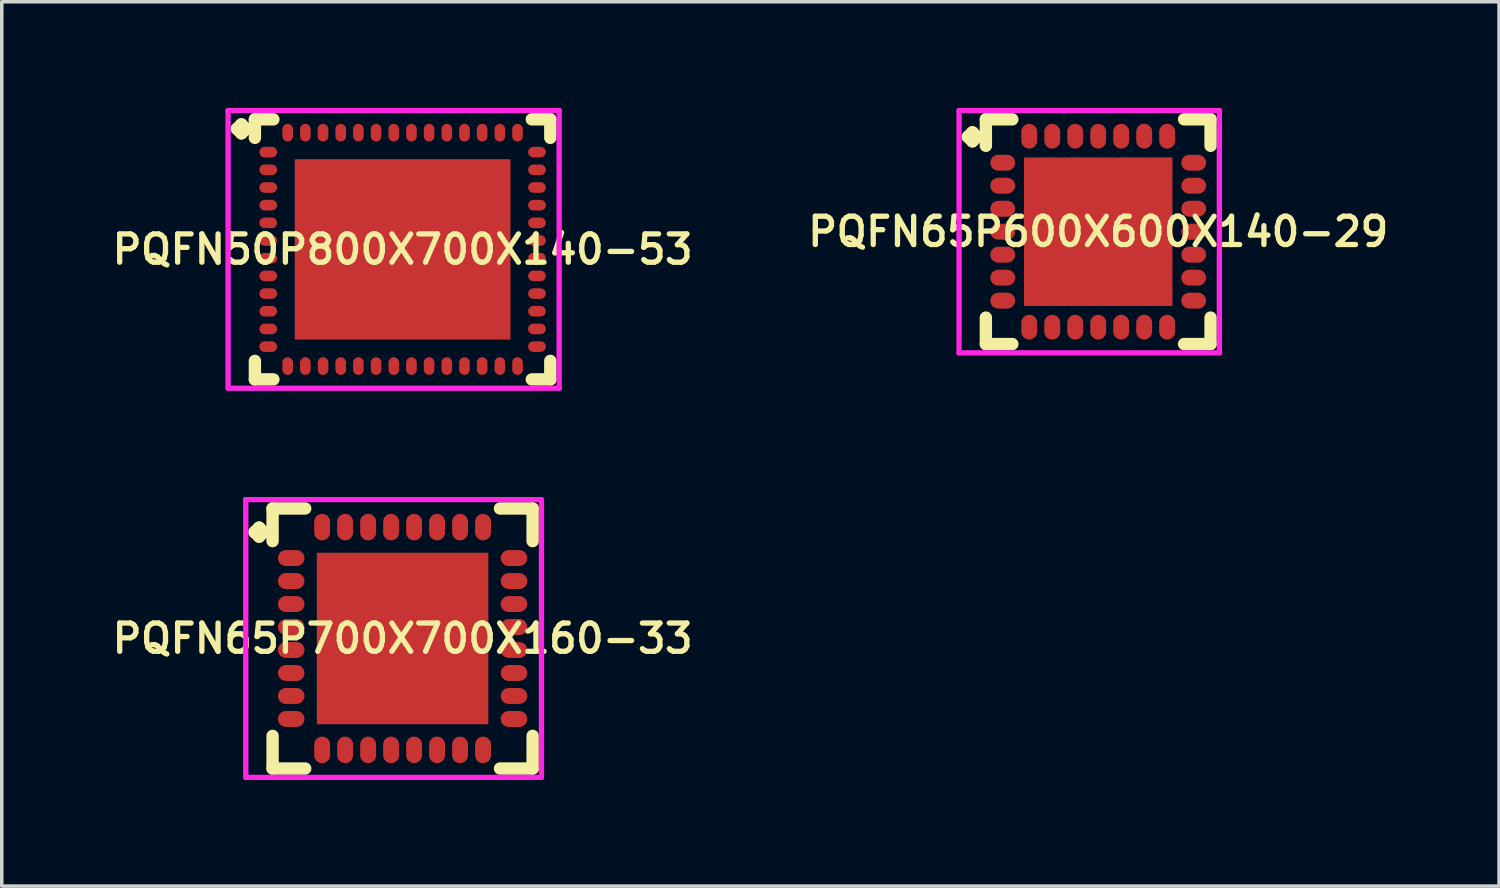
<source format=kicad_pcb>
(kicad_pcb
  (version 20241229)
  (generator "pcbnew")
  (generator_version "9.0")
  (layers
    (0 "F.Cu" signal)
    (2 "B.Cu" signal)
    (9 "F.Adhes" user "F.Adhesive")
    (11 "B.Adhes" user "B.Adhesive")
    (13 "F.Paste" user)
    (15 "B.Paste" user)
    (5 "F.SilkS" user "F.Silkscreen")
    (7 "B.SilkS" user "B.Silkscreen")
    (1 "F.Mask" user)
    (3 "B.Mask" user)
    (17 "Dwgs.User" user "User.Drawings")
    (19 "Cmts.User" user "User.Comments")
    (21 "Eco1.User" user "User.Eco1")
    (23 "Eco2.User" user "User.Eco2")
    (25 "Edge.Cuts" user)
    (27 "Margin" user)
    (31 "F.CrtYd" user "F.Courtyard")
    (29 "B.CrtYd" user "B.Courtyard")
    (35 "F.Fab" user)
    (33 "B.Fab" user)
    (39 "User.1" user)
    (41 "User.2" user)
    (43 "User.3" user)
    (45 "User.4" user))
  (footprint "PQFN65P700X700X160-33"
    (layer "F.Cu")
    (at 8.335 15.006)
    (property "Reference" "PQFN65P700X700X160-33" (at 0 0 0) (layer "F.SilkS") (effects (font (size 0.8 0.8) (thickness 0.15))))
    (attr smd)
    (fp_line (start -4.185 -3.008) (end -4.058 -3.135) (stroke (width 0.35) (type solid)) (layer "F.SilkS"))
    (fp_line (start -4.058 -3.135) (end -3.931 -3.008) (stroke (width 0.35) (type solid)) (layer "F.SilkS"))
    (fp_line (start -4.058 -2.881) (end -4.185 -3.008) (stroke (width 0.35) (type solid)) (layer "F.SilkS"))
    (fp_line (start -3.931 -3.008) (end -4.058 -2.881) (stroke (width 0.35) (type solid)) (layer "F.SilkS"))
    (fp_line (start -3.677 -3.677) (end -2.754 -3.677) (stroke (width 0.35) (type solid)) (layer "F.SilkS"))
    (fp_line (start -3.677 -2.754) (end -3.677 -3.677) (stroke (width 0.35) (type solid)) (layer "F.SilkS"))
    (fp_line (start -3.677 2.754) (end -3.677 3.677) (stroke (width 0.35) (type solid)) (layer "F.SilkS"))
    (fp_line (start -3.677 3.677) (end -2.754 3.677) (stroke (width 0.35) (type solid)) (layer "F.SilkS"))
    (fp_line (start 2.754 -3.677) (end 3.677 -3.677) (stroke (width 0.35) (type solid)) (layer "F.SilkS"))
    (fp_line (start 2.754 3.677) (end 3.677 3.677) (stroke (width 0.35) (type solid)) (layer "F.SilkS"))
    (fp_line (start 3.677 -3.677) (end 3.677 -2.754) (stroke (width 0.35) (type solid)) (layer "F.SilkS"))
    (fp_line (start 3.677 3.677) (end 3.677 2.754) (stroke (width 0.35) (type solid)) (layer "F.SilkS"))
    (fp_line (start -4.435 -3.927) (end 3.927 -3.927) (stroke (width 0.15) (type solid)) (layer "F.CrtYd"))
    (fp_line (start -4.435 3.927) (end -4.435 -3.927) (stroke (width 0.15) (type solid)) (layer "F.CrtYd"))
    (fp_line (start 3.927 -3.927) (end 3.927 3.927) (stroke (width 0.15) (type solid)) (layer "F.CrtYd"))
    (fp_line (start 3.927 3.927) (end -4.435 3.927) (stroke (width 0.15) (type solid)) (layer "F.CrtYd"))
    (pad "1" smd oval (at -3.15 -2.275) (size 0.75 0.45) (layers "F.Cu" "F.Mask" "F.Paste"))
    (pad "2" smd oval (at -3.15 -1.625) (size 0.75 0.45) (layers "F.Cu" "F.Mask" "F.Paste"))
    (pad "3" smd oval (at -3.15 -0.975) (size 0.75 0.45) (layers "F.Cu" "F.Mask" "F.Paste"))
    (pad "4" smd oval (at -3.15 -0.325) (size 0.75 0.45) (layers "F.Cu" "F.Mask" "F.Paste"))
    (pad "5" smd oval (at -3.15 0.325) (size 0.75 0.45) (layers "F.Cu" "F.Mask" "F.Paste"))
    (pad "6" smd oval (at -3.15 0.975) (size 0.75 0.45) (layers "F.Cu" "F.Mask" "F.Paste"))
    (pad "7" smd oval (at -3.15 1.625) (size 0.75 0.45) (layers "F.Cu" "F.Mask" "F.Paste"))
    (pad "8" smd oval (at -3.15 2.275) (size 0.75 0.45) (layers "F.Cu" "F.Mask" "F.Paste"))
    (pad "9" smd oval (at -2.275 3.15) (size 0.45 0.75) (layers "F.Cu" "F.Mask" "F.Paste"))
    (pad "10" smd oval (at -1.625 3.15) (size 0.45 0.75) (layers "F.Cu" "F.Mask" "F.Paste"))
    (pad "11" smd oval (at -0.975 3.15) (size 0.45 0.75) (layers "F.Cu" "F.Mask" "F.Paste"))
    (pad "12" smd oval (at -0.325 3.15) (size 0.45 0.75) (layers "F.Cu" "F.Mask" "F.Paste"))
    (pad "13" smd oval (at 0.325 3.15) (size 0.45 0.75) (layers "F.Cu" "F.Mask" "F.Paste"))
    (pad "14" smd oval (at 0.975 3.15) (size 0.45 0.75) (layers "F.Cu" "F.Mask" "F.Paste"))
    (pad "15" smd oval (at 1.625 3.15) (size 0.45 0.75) (layers "F.Cu" "F.Mask" "F.Paste"))
    (pad "16" smd oval (at 2.275 3.15) (size 0.45 0.75) (layers "F.Cu" "F.Mask" "F.Paste"))
    (pad "17" smd oval (at 3.15 2.275) (size 0.75 0.45) (layers "F.Cu" "F.Mask" "F.Paste"))
    (pad "18" smd oval (at 3.15 1.625) (size 0.75 0.45) (layers "F.Cu" "F.Mask" "F.Paste"))
    (pad "19" smd oval (at 3.15 0.975) (size 0.75 0.45) (layers "F.Cu" "F.Mask" "F.Paste"))
    (pad "20" smd oval (at 3.15 0.325) (size 0.75 0.45) (layers "F.Cu" "F.Mask" "F.Paste"))
    (pad "21" smd oval (at 3.15 -0.325) (size 0.75 0.45) (layers "F.Cu" "F.Mask" "F.Paste"))
    (pad "22" smd oval (at 3.15 -0.975) (size 0.75 0.45) (layers "F.Cu" "F.Mask" "F.Paste"))
    (pad "23" smd oval (at 3.15 -1.625) (size 0.75 0.45) (layers "F.Cu" "F.Mask" "F.Paste"))
    (pad "24" smd oval (at 3.15 -2.275) (size 0.75 0.45) (layers "F.Cu" "F.Mask" "F.Paste"))
    (pad "25" smd oval (at 2.275 -3.15) (size 0.45 0.75) (layers "F.Cu" "F.Mask" "F.Paste"))
    (pad "26" smd oval (at 1.625 -3.15) (size 0.45 0.75) (layers "F.Cu" "F.Mask" "F.Paste"))
    (pad "27" smd oval (at 0.975 -3.15) (size 0.45 0.75) (layers "F.Cu" "F.Mask" "F.Paste"))
    (pad "28" smd oval (at 0.325 -3.15) (size 0.45 0.75) (layers "F.Cu" "F.Mask" "F.Paste"))
    (pad "29" smd oval (at -0.325 -3.15) (size 0.45 0.75) (layers "F.Cu" "F.Mask" "F.Paste"))
    (pad "30" smd oval (at -0.975 -3.15) (size 0.45 0.75) (layers "F.Cu" "F.Mask" "F.Paste"))
    (pad "31" smd oval (at -1.625 -3.15) (size 0.45 0.75) (layers "F.Cu" "F.Mask" "F.Paste"))
    (pad "32" smd oval (at -2.275 -3.15) (size 0.45 0.75) (layers "F.Cu" "F.Mask" "F.Paste"))
    (pad "33" smd rect (at 0 0) (size 4.85 4.85) (layers "F.Cu" "F.Mask" "F.Paste")))
  (footprint "PQFN50P800X700X140-53"
    (layer "F.Cu")
    (at 8.335 4.002)
    (property "Reference" "PQFN50P800X700X140-53" (at 0 0 0) (layer "F.SilkS") (effects (font (size 0.8 0.8) (thickness 0.15))))
    (attr smd)
    (fp_line (start -4.685 -3.408) (end -4.558 -3.535) (stroke (width 0.35) (type solid)) (layer "F.SilkS"))
    (fp_line (start -4.558 -3.535) (end -4.431 -3.408) (stroke (width 0.35) (type solid)) (layer "F.SilkS"))
    (fp_line (start -4.558 -3.281) (end -4.685 -3.408) (stroke (width 0.35) (type solid)) (layer "F.SilkS"))
    (fp_line (start -4.431 -3.408) (end -4.558 -3.281) (stroke (width 0.35) (type solid)) (layer "F.SilkS"))
    (fp_line (start -4.177 -3.677) (end -3.654 -3.677) (stroke (width 0.35) (type solid)) (layer "F.SilkS"))
    (fp_line (start -4.177 -3.154) (end -4.177 -3.677) (stroke (width 0.35) (type solid)) (layer "F.SilkS"))
    (fp_line (start -4.177 3.154) (end -4.177 3.677) (stroke (width 0.35) (type solid)) (layer "F.SilkS"))
    (fp_line (start -4.177 3.677) (end -3.654 3.677) (stroke (width 0.35) (type solid)) (layer "F.SilkS"))
    (fp_line (start 3.654 -3.677) (end 4.177 -3.677) (stroke (width 0.35) (type solid)) (layer "F.SilkS"))
    (fp_line (start 3.654 3.677) (end 4.177 3.677) (stroke (width 0.35) (type solid)) (layer "F.SilkS"))
    (fp_line (start 4.177 -3.677) (end 4.177 -3.154) (stroke (width 0.35) (type solid)) (layer "F.SilkS"))
    (fp_line (start 4.177 3.677) (end 4.177 3.154) (stroke (width 0.35) (type solid)) (layer "F.SilkS"))
    (fp_line (start -4.935 -3.927) (end 4.427 -3.927) (stroke (width 0.15) (type solid)) (layer "F.CrtYd"))
    (fp_line (start -4.935 3.927) (end -4.935 -3.927) (stroke (width 0.15) (type solid)) (layer "F.CrtYd"))
    (fp_line (start 4.427 -3.927) (end 4.427 3.927) (stroke (width 0.15) (type solid)) (layer "F.CrtYd"))
    (fp_line (start 4.427 3.927) (end -4.935 3.927) (stroke (width 0.15) (type solid)) (layer "F.CrtYd"))
    (pad "1" smd oval (at -3.8 -2.75) (size 0.5 0.3) (layers "F.Cu" "F.Mask" "F.Paste"))
    (pad "2" smd oval (at -3.8 -2.25) (size 0.5 0.3) (layers "F.Cu" "F.Mask" "F.Paste"))
    (pad "3" smd oval (at -3.8 -1.75) (size 0.5 0.3) (layers "F.Cu" "F.Mask" "F.Paste"))
    (pad "4" smd oval (at -3.8 -1.25) (size 0.5 0.3) (layers "F.Cu" "F.Mask" "F.Paste"))
    (pad "5" smd oval (at -3.8 -0.75) (size 0.5 0.3) (layers "F.Cu" "F.Mask" "F.Paste"))
    (pad "6" smd oval (at -3.8 -0.25) (size 0.5 0.3) (layers "F.Cu" "F.Mask" "F.Paste"))
    (pad "7" smd oval (at -3.8 0.25) (size 0.5 0.3) (layers "F.Cu" "F.Mask" "F.Paste"))
    (pad "8" smd oval (at -3.8 0.75) (size 0.5 0.3) (layers "F.Cu" "F.Mask" "F.Paste"))
    (pad "9" smd oval (at -3.8 1.25) (size 0.5 0.3) (layers "F.Cu" "F.Mask" "F.Paste"))
    (pad "10" smd oval (at -3.8 1.75) (size 0.5 0.3) (layers "F.Cu" "F.Mask" "F.Paste"))
    (pad "11" smd oval (at -3.8 2.25) (size 0.5 0.3) (layers "F.Cu" "F.Mask" "F.Paste"))
    (pad "12" smd oval (at -3.8 2.75) (size 0.5 0.3) (layers "F.Cu" "F.Mask" "F.Paste"))
    (pad "13" smd oval (at -3.25 3.3) (size 0.3 0.5) (layers "F.Cu" "F.Mask" "F.Paste"))
    (pad "14" smd oval (at -2.75 3.3) (size 0.3 0.5) (layers "F.Cu" "F.Mask" "F.Paste"))
    (pad "15" smd oval (at -2.25 3.3) (size 0.3 0.5) (layers "F.Cu" "F.Mask" "F.Paste"))
    (pad "16" smd oval (at -1.75 3.3) (size 0.3 0.5) (layers "F.Cu" "F.Mask" "F.Paste"))
    (pad "17" smd oval (at -1.25 3.3) (size 0.3 0.5) (layers "F.Cu" "F.Mask" "F.Paste"))
    (pad "18" smd oval (at -0.75 3.3) (size 0.3 0.5) (layers "F.Cu" "F.Mask" "F.Paste"))
    (pad "19" smd oval (at -0.25 3.3) (size 0.3 0.5) (layers "F.Cu" "F.Mask" "F.Paste"))
    (pad "20" smd oval (at 0.25 3.3) (size 0.3 0.5) (layers "F.Cu" "F.Mask" "F.Paste"))
    (pad "21" smd oval (at 0.75 3.3) (size 0.3 0.5) (layers "F.Cu" "F.Mask" "F.Paste"))
    (pad "22" smd oval (at 1.25 3.3) (size 0.3 0.5) (layers "F.Cu" "F.Mask" "F.Paste"))
    (pad "23" smd oval (at 1.75 3.3) (size 0.3 0.5) (layers "F.Cu" "F.Mask" "F.Paste"))
    (pad "24" smd oval (at 2.25 3.3) (size 0.3 0.5) (layers "F.Cu" "F.Mask" "F.Paste"))
    (pad "25" smd oval (at 2.75 3.3) (size 0.3 0.5) (layers "F.Cu" "F.Mask" "F.Paste"))
    (pad "26" smd oval (at 3.25 3.3) (size 0.3 0.5) (layers "F.Cu" "F.Mask" "F.Paste"))
    (pad "27" smd oval (at 3.8 2.75) (size 0.5 0.3) (layers "F.Cu" "F.Mask" "F.Paste"))
    (pad "28" smd oval (at 3.8 2.25) (size 0.5 0.3) (layers "F.Cu" "F.Mask" "F.Paste"))
    (pad "29" smd oval (at 3.8 1.75) (size 0.5 0.3) (layers "F.Cu" "F.Mask" "F.Paste"))
    (pad "30" smd oval (at 3.8 1.25) (size 0.5 0.3) (layers "F.Cu" "F.Mask" "F.Paste"))
    (pad "31" smd oval (at 3.8 0.75) (size 0.5 0.3) (layers "F.Cu" "F.Mask" "F.Paste"))
    (pad "32" smd oval (at 3.8 0.25) (size 0.5 0.3) (layers "F.Cu" "F.Mask" "F.Paste"))
    (pad "33" smd oval (at 3.8 -0.25) (size 0.5 0.3) (layers "F.Cu" "F.Mask" "F.Paste"))
    (pad "34" smd oval (at 3.8 -0.75) (size 0.5 0.3) (layers "F.Cu" "F.Mask" "F.Paste"))
    (pad "35" smd oval (at 3.8 -1.25) (size 0.5 0.3) (layers "F.Cu" "F.Mask" "F.Paste"))
    (pad "36" smd oval (at 3.8 -1.75) (size 0.5 0.3) (layers "F.Cu" "F.Mask" "F.Paste"))
    (pad "37" smd oval (at 3.8 -2.25) (size 0.5 0.3) (layers "F.Cu" "F.Mask" "F.Paste"))
    (pad "38" smd oval (at 3.8 -2.75) (size 0.5 0.3) (layers "F.Cu" "F.Mask" "F.Paste"))
    (pad "39" smd oval (at 3.25 -3.3) (size 0.3 0.5) (layers "F.Cu" "F.Mask" "F.Paste"))
    (pad "40" smd oval (at 2.75 -3.3) (size 0.3 0.5) (layers "F.Cu" "F.Mask" "F.Paste"))
    (pad "41" smd oval (at 2.25 -3.3) (size 0.3 0.5) (layers "F.Cu" "F.Mask" "F.Paste"))
    (pad "42" smd oval (at 1.75 -3.3) (size 0.3 0.5) (layers "F.Cu" "F.Mask" "F.Paste"))
    (pad "43" smd oval (at 1.25 -3.3) (size 0.3 0.5) (layers "F.Cu" "F.Mask" "F.Paste"))
    (pad "44" smd oval (at 0.75 -3.3) (size 0.3 0.5) (layers "F.Cu" "F.Mask" "F.Paste"))
    (pad "45" smd oval (at 0.25 -3.3) (size 0.3 0.5) (layers "F.Cu" "F.Mask" "F.Paste"))
    (pad "46" smd oval (at -0.25 -3.3) (size 0.3 0.5) (layers "F.Cu" "F.Mask" "F.Paste"))
    (pad "47" smd oval (at -0.75 -3.3) (size 0.3 0.5) (layers "F.Cu" "F.Mask" "F.Paste"))
    (pad "48" smd oval (at -1.25 -3.3) (size 0.3 0.5) (layers "F.Cu" "F.Mask" "F.Paste"))
    (pad "49" smd oval (at -1.75 -3.3) (size 0.3 0.5) (layers "F.Cu" "F.Mask" "F.Paste"))
    (pad "50" smd oval (at -2.25 -3.3) (size 0.3 0.5) (layers "F.Cu" "F.Mask" "F.Paste"))
    (pad "51" smd oval (at -2.75 -3.3) (size 0.3 0.5) (layers "F.Cu" "F.Mask" "F.Paste"))
    (pad "52" smd oval (at -3.25 -3.3) (size 0.3 0.5) (layers "F.Cu" "F.Mask" "F.Paste"))
    (pad "53" smd rect (at 0 0) (size 6.1 5.1) (layers "F.Cu" "F.Mask" "F.Paste")))
  (footprint "PQFN65P600X600X140-29"
    (layer "F.Cu")
    (at 28.006 3.502)
    (property "Reference" "PQFN65P600X600X140-29" (at 0 0 0) (layer "F.SilkS") (effects (font (size 0.8 0.8) (thickness 0.15))))
    (attr smd)
    (fp_line (start -3.685 -2.683) (end -3.558 -2.81) (stroke (width 0.35) (type solid)) (layer "F.SilkS"))
    (fp_line (start -3.558 -2.81) (end -3.431 -2.683) (stroke (width 0.35) (type solid)) (layer "F.SilkS"))
    (fp_line (start -3.558 -2.556) (end -3.685 -2.683) (stroke (width 0.35) (type solid)) (layer "F.SilkS"))
    (fp_line (start -3.431 -2.683) (end -3.558 -2.556) (stroke (width 0.35) (type solid)) (layer "F.SilkS"))
    (fp_line (start -3.177 -3.177) (end -2.429 -3.177) (stroke (width 0.35) (type solid)) (layer "F.SilkS"))
    (fp_line (start -3.177 -2.429) (end -3.177 -3.177) (stroke (width 0.35) (type solid)) (layer "F.SilkS"))
    (fp_line (start -3.177 2.429) (end -3.177 3.177) (stroke (width 0.35) (type solid)) (layer "F.SilkS"))
    (fp_line (start -3.177 3.177) (end -2.429 3.177) (stroke (width 0.35) (type solid)) (layer "F.SilkS"))
    (fp_line (start 2.429 -3.177) (end 3.177 -3.177) (stroke (width 0.35) (type solid)) (layer "F.SilkS"))
    (fp_line (start 2.429 3.177) (end 3.177 3.177) (stroke (width 0.35) (type solid)) (layer "F.SilkS"))
    (fp_line (start 3.177 -3.177) (end 3.177 -2.429) (stroke (width 0.35) (type solid)) (layer "F.SilkS"))
    (fp_line (start 3.177 3.177) (end 3.177 2.429) (stroke (width 0.35) (type solid)) (layer "F.SilkS"))
    (fp_line (start -3.935 -3.427) (end 3.427 -3.427) (stroke (width 0.15) (type solid)) (layer "F.CrtYd"))
    (fp_line (start -3.935 3.427) (end -3.935 -3.427) (stroke (width 0.15) (type solid)) (layer "F.CrtYd"))
    (fp_line (start 3.427 -3.427) (end 3.427 3.427) (stroke (width 0.15) (type solid)) (layer "F.CrtYd"))
    (fp_line (start 3.427 3.427) (end -3.935 3.427) (stroke (width 0.15) (type solid)) (layer "F.CrtYd"))
    (pad "1" smd oval (at -2.7 -1.95) (size 0.7 0.45) (layers "F.Cu" "F.Mask" "F.Paste"))
    (pad "2" smd oval (at -2.7 -1.3) (size 0.7 0.45) (layers "F.Cu" "F.Mask" "F.Paste"))
    (pad "3" smd oval (at -2.7 -0.65) (size 0.7 0.45) (layers "F.Cu" "F.Mask" "F.Paste"))
    (pad "4" smd oval (at -2.7 0) (size 0.7 0.45) (layers "F.Cu" "F.Mask" "F.Paste"))
    (pad "5" smd oval (at -2.7 0.65) (size 0.7 0.45) (layers "F.Cu" "F.Mask" "F.Paste"))
    (pad "6" smd oval (at -2.7 1.3) (size 0.7 0.45) (layers "F.Cu" "F.Mask" "F.Paste"))
    (pad "7" smd oval (at -2.7 1.95) (size 0.7 0.45) (layers "F.Cu" "F.Mask" "F.Paste"))
    (pad "8" smd oval (at -1.95 2.7) (size 0.45 0.7) (layers "F.Cu" "F.Mask" "F.Paste"))
    (pad "9" smd oval (at -1.3 2.7) (size 0.45 0.7) (layers "F.Cu" "F.Mask" "F.Paste"))
    (pad "10" smd oval (at -0.65 2.7) (size 0.45 0.7) (layers "F.Cu" "F.Mask" "F.Paste"))
    (pad "11" smd oval (at 0 2.7) (size 0.45 0.7) (layers "F.Cu" "F.Mask" "F.Paste"))
    (pad "12" smd oval (at 0.65 2.7) (size 0.45 0.7) (layers "F.Cu" "F.Mask" "F.Paste"))
    (pad "13" smd oval (at 1.3 2.7) (size 0.45 0.7) (layers "F.Cu" "F.Mask" "F.Paste"))
    (pad "14" smd oval (at 1.95 2.7) (size 0.45 0.7) (layers "F.Cu" "F.Mask" "F.Paste"))
    (pad "15" smd oval (at 2.7 1.95) (size 0.7 0.45) (layers "F.Cu" "F.Mask" "F.Paste"))
    (pad "16" smd oval (at 2.7 1.3) (size 0.7 0.45) (layers "F.Cu" "F.Mask" "F.Paste"))
    (pad "17" smd oval (at 2.7 0.65) (size 0.7 0.45) (layers "F.Cu" "F.Mask" "F.Paste"))
    (pad "18" smd oval (at 2.7 0) (size 0.7 0.45) (layers "F.Cu" "F.Mask" "F.Paste"))
    (pad "19" smd oval (at 2.7 -0.65) (size 0.7 0.45) (layers "F.Cu" "F.Mask" "F.Paste"))
    (pad "20" smd oval (at 2.7 -1.3) (size 0.7 0.45) (layers "F.Cu" "F.Mask" "F.Paste"))
    (pad "21" smd oval (at 2.7 -1.95) (size 0.7 0.45) (layers "F.Cu" "F.Mask" "F.Paste"))
    (pad "22" smd oval (at 1.95 -2.7) (size 0.45 0.7) (layers "F.Cu" "F.Mask" "F.Paste"))
    (pad "23" smd oval (at 1.3 -2.7) (size 0.45 0.7) (layers "F.Cu" "F.Mask" "F.Paste"))
    (pad "24" smd oval (at 0.65 -2.7) (size 0.45 0.7) (layers "F.Cu" "F.Mask" "F.Paste"))
    (pad "25" smd oval (at 0 -2.7) (size 0.45 0.7) (layers "F.Cu" "F.Mask" "F.Paste"))
    (pad "26" smd oval (at -0.65 -2.7) (size 0.45 0.7) (layers "F.Cu" "F.Mask" "F.Paste"))
    (pad "27" smd oval (at -1.3 -2.7) (size 0.45 0.7) (layers "F.Cu" "F.Mask" "F.Paste"))
    (pad "28" smd oval (at -1.95 -2.7) (size 0.45 0.7) (layers "F.Cu" "F.Mask" "F.Paste"))
    (pad "29" smd rect (at 0 0) (size 4.2 4.2) (layers "F.Cu" "F.Mask" "F.Paste")))
  (gr_rect
    (start -3 -3)
    (end 39.342 22.008)
    (stroke (width 0.1) (type default))
    (fill no)
    (layer "Edge.Cuts")))
</source>
